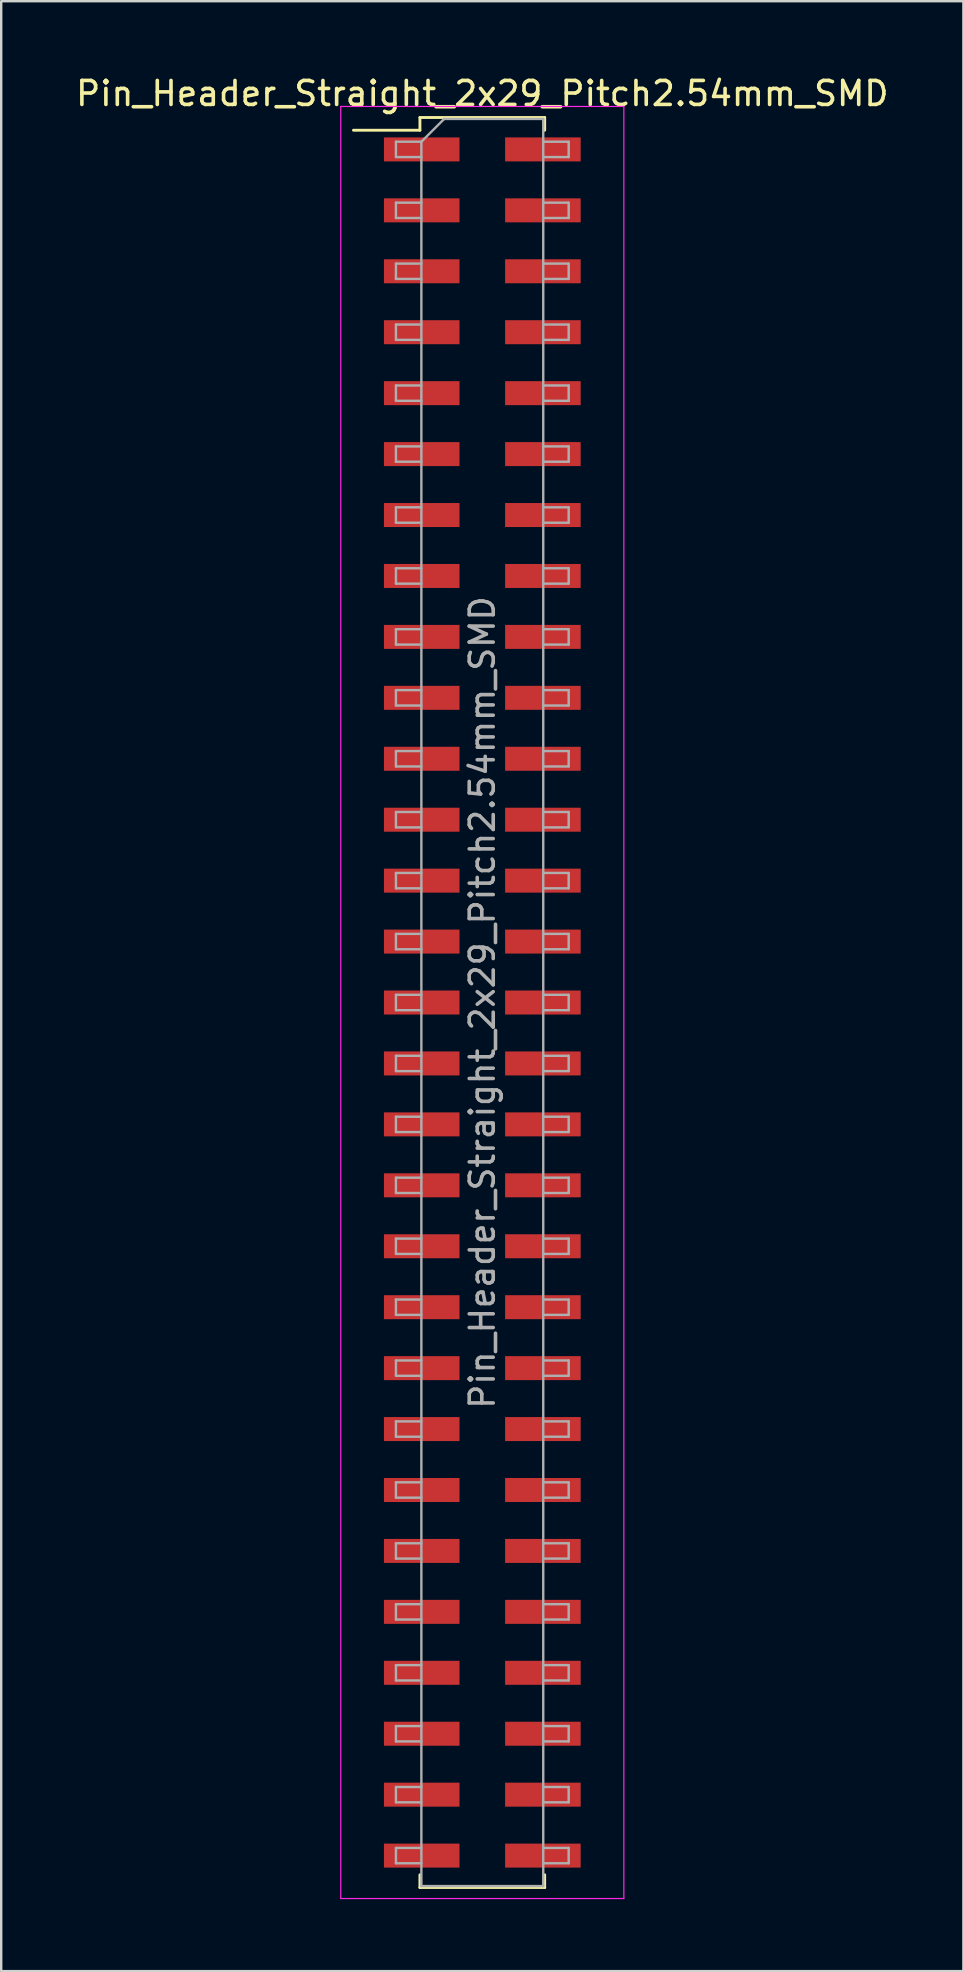
<source format=kicad_pcb>
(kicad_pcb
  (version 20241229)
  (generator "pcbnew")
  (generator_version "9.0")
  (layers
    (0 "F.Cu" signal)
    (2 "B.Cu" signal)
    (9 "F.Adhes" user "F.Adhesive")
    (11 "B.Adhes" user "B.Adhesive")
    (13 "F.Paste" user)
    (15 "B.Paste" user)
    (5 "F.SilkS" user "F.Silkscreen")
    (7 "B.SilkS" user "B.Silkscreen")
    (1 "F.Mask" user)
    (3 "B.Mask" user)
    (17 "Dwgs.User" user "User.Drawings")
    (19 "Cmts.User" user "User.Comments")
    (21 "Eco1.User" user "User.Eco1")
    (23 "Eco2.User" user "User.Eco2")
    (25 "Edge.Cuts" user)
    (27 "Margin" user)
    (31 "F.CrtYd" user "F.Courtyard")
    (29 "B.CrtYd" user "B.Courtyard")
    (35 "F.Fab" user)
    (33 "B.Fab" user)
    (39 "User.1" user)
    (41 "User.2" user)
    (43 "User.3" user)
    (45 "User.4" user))
  (footprint "Pin_Header_Straight_2x29_Pitch2.54mm_SMD"
    (layer "F.Cu")
    (at 17.054 38.738)
    (property "Reference" "Pin_Header_Straight_2x29_Pitch2.54mm_SMD" (at 0 -37.89 0) (layer "F.SilkS") (effects (font (size 1 1) (thickness 0.15))))
    (attr smd)
    (fp_line (start -5.37 -36.36) (end -2.6 -36.36) (stroke (width 0.12) (type solid)) (layer "F.SilkS"))
    (fp_line (start -2.6 -36.89) (end 2.6 -36.89) (stroke (width 0.12) (type solid)) (layer "F.SilkS"))
    (fp_line (start -2.6 -36.36) (end -2.6 -36.89) (stroke (width 0.12) (type solid)) (layer "F.SilkS"))
    (fp_line (start -2.6 36.36) (end -2.6 36.89) (stroke (width 0.12) (type solid)) (layer "F.SilkS"))
    (fp_line (start -2.6 36.89) (end 2.6 36.89) (stroke (width 0.12) (type solid)) (layer "F.SilkS"))
    (fp_line (start 2.6 -36.89) (end 2.6 -36.36) (stroke (width 0.12) (type solid)) (layer "F.SilkS"))
    (fp_line (start 2.6 36.89) (end 2.6 36.36) (stroke (width 0.12) (type solid)) (layer "F.SilkS"))
    (fp_line (start -5.9 -37.35) (end -5.9 37.35) (stroke (width 0.05) (type solid)) (layer "F.CrtYd"))
    (fp_line (start -5.9 37.35) (end 5.9 37.35) (stroke (width 0.05) (type solid)) (layer "F.CrtYd"))
    (fp_line (start 5.9 -37.35) (end -5.9 -37.35) (stroke (width 0.05) (type solid)) (layer "F.CrtYd"))
    (fp_line (start 5.9 37.35) (end 5.9 -37.35) (stroke (width 0.05) (type solid)) (layer "F.CrtYd"))
    (fp_line (start -3.6 -35.88) (end -3.6 -35.24) (stroke (width 0.1) (type solid)) (layer "F.Fab"))
    (fp_line (start -3.6 -35.24) (end -2.54 -35.24) (stroke (width 0.1) (type solid)) (layer "F.Fab"))
    (fp_line (start -3.6 -33.34) (end -3.6 -32.7) (stroke (width 0.1) (type solid)) (layer "F.Fab"))
    (fp_line (start -3.6 -32.7) (end -2.54 -32.7) (stroke (width 0.1) (type solid)) (layer "F.Fab"))
    (fp_line (start -3.6 -30.8) (end -3.6 -30.16) (stroke (width 0.1) (type solid)) (layer "F.Fab"))
    (fp_line (start -3.6 -30.16) (end -2.54 -30.16) (stroke (width 0.1) (type solid)) (layer "F.Fab"))
    (fp_line (start -3.6 -28.26) (end -3.6 -27.62) (stroke (width 0.1) (type solid)) (layer "F.Fab"))
    (fp_line (start -3.6 -27.62) (end -2.54 -27.62) (stroke (width 0.1) (type solid)) (layer "F.Fab"))
    (fp_line (start -3.6 -25.72) (end -3.6 -25.08) (stroke (width 0.1) (type solid)) (layer "F.Fab"))
    (fp_line (start -3.6 -25.08) (end -2.54 -25.08) (stroke (width 0.1) (type solid)) (layer "F.Fab"))
    (fp_line (start -3.6 -23.18) (end -3.6 -22.54) (stroke (width 0.1) (type solid)) (layer "F.Fab"))
    (fp_line (start -3.6 -22.54) (end -2.54 -22.54) (stroke (width 0.1) (type solid)) (layer "F.Fab"))
    (fp_line (start -3.6 -20.64) (end -3.6 -20) (stroke (width 0.1) (type solid)) (layer "F.Fab"))
    (fp_line (start -3.6 -20) (end -2.54 -20) (stroke (width 0.1) (type solid)) (layer "F.Fab"))
    (fp_line (start -3.6 -18.1) (end -3.6 -17.46) (stroke (width 0.1) (type solid)) (layer "F.Fab"))
    (fp_line (start -3.6 -17.46) (end -2.54 -17.46) (stroke (width 0.1) (type solid)) (layer "F.Fab"))
    (fp_line (start -3.6 -15.56) (end -3.6 -14.92) (stroke (width 0.1) (type solid)) (layer "F.Fab"))
    (fp_line (start -3.6 -14.92) (end -2.54 -14.92) (stroke (width 0.1) (type solid)) (layer "F.Fab"))
    (fp_line (start -3.6 -13.02) (end -3.6 -12.38) (stroke (width 0.1) (type solid)) (layer "F.Fab"))
    (fp_line (start -3.6 -12.38) (end -2.54 -12.38) (stroke (width 0.1) (type solid)) (layer "F.Fab"))
    (fp_line (start -3.6 -10.48) (end -3.6 -9.84) (stroke (width 0.1) (type solid)) (layer "F.Fab"))
    (fp_line (start -3.6 -9.84) (end -2.54 -9.84) (stroke (width 0.1) (type solid)) (layer "F.Fab"))
    (fp_line (start -3.6 -7.94) (end -3.6 -7.3) (stroke (width 0.1) (type solid)) (layer "F.Fab"))
    (fp_line (start -3.6 -7.3) (end -2.54 -7.3) (stroke (width 0.1) (type solid)) (layer "F.Fab"))
    (fp_line (start -3.6 -5.4) (end -3.6 -4.76) (stroke (width 0.1) (type solid)) (layer "F.Fab"))
    (fp_line (start -3.6 -4.76) (end -2.54 -4.76) (stroke (width 0.1) (type solid)) (layer "F.Fab"))
    (fp_line (start -3.6 -2.86) (end -3.6 -2.22) (stroke (width 0.1) (type solid)) (layer "F.Fab"))
    (fp_line (start -3.6 -2.22) (end -2.54 -2.22) (stroke (width 0.1) (type solid)) (layer "F.Fab"))
    (fp_line (start -3.6 -0.32) (end -3.6 0.32) (stroke (width 0.1) (type solid)) (layer "F.Fab"))
    (fp_line (start -3.6 0.32) (end -2.54 0.32) (stroke (width 0.1) (type solid)) (layer "F.Fab"))
    (fp_line (start -3.6 2.22) (end -3.6 2.86) (stroke (width 0.1) (type solid)) (layer "F.Fab"))
    (fp_line (start -3.6 2.86) (end -2.54 2.86) (stroke (width 0.1) (type solid)) (layer "F.Fab"))
    (fp_line (start -3.6 4.76) (end -3.6 5.4) (stroke (width 0.1) (type solid)) (layer "F.Fab"))
    (fp_line (start -3.6 5.4) (end -2.54 5.4) (stroke (width 0.1) (type solid)) (layer "F.Fab"))
    (fp_line (start -3.6 7.3) (end -3.6 7.94) (stroke (width 0.1) (type solid)) (layer "F.Fab"))
    (fp_line (start -3.6 7.94) (end -2.54 7.94) (stroke (width 0.1) (type solid)) (layer "F.Fab"))
    (fp_line (start -3.6 9.84) (end -3.6 10.48) (stroke (width 0.1) (type solid)) (layer "F.Fab"))
    (fp_line (start -3.6 10.48) (end -2.54 10.48) (stroke (width 0.1) (type solid)) (layer "F.Fab"))
    (fp_line (start -3.6 12.38) (end -3.6 13.02) (stroke (width 0.1) (type solid)) (layer "F.Fab"))
    (fp_line (start -3.6 13.02) (end -2.54 13.02) (stroke (width 0.1) (type solid)) (layer "F.Fab"))
    (fp_line (start -3.6 14.92) (end -3.6 15.56) (stroke (width 0.1) (type solid)) (layer "F.Fab"))
    (fp_line (start -3.6 15.56) (end -2.54 15.56) (stroke (width 0.1) (type solid)) (layer "F.Fab"))
    (fp_line (start -3.6 17.46) (end -3.6 18.1) (stroke (width 0.1) (type solid)) (layer "F.Fab"))
    (fp_line (start -3.6 18.1) (end -2.54 18.1) (stroke (width 0.1) (type solid)) (layer "F.Fab"))
    (fp_line (start -3.6 20) (end -3.6 20.64) (stroke (width 0.1) (type solid)) (layer "F.Fab"))
    (fp_line (start -3.6 20.64) (end -2.54 20.64) (stroke (width 0.1) (type solid)) (layer "F.Fab"))
    (fp_line (start -3.6 22.54) (end -3.6 23.18) (stroke (width 0.1) (type solid)) (layer "F.Fab"))
    (fp_line (start -3.6 23.18) (end -2.54 23.18) (stroke (width 0.1) (type solid)) (layer "F.Fab"))
    (fp_line (start -3.6 25.08) (end -3.6 25.72) (stroke (width 0.1) (type solid)) (layer "F.Fab"))
    (fp_line (start -3.6 25.72) (end -2.54 25.72) (stroke (width 0.1) (type solid)) (layer "F.Fab"))
    (fp_line (start -3.6 27.62) (end -3.6 28.26) (stroke (width 0.1) (type solid)) (layer "F.Fab"))
    (fp_line (start -3.6 28.26) (end -2.54 28.26) (stroke (width 0.1) (type solid)) (layer "F.Fab"))
    (fp_line (start -3.6 30.16) (end -3.6 30.8) (stroke (width 0.1) (type solid)) (layer "F.Fab"))
    (fp_line (start -3.6 30.8) (end -2.54 30.8) (stroke (width 0.1) (type solid)) (layer "F.Fab"))
    (fp_line (start -3.6 32.7) (end -3.6 33.34) (stroke (width 0.1) (type solid)) (layer "F.Fab"))
    (fp_line (start -3.6 33.34) (end -2.54 33.34) (stroke (width 0.1) (type solid)) (layer "F.Fab"))
    (fp_line (start -3.6 35.24) (end -3.6 35.88) (stroke (width 0.1) (type solid)) (layer "F.Fab"))
    (fp_line (start -3.6 35.88) (end -2.54 35.88) (stroke (width 0.1) (type solid)) (layer "F.Fab"))
    (fp_line (start -2.54 -35.88) (end -3.6 -35.88) (stroke (width 0.1) (type solid)) (layer "F.Fab"))
    (fp_line (start -2.54 -35.88) (end -1.59 -36.83) (stroke (width 0.1) (type solid)) (layer "F.Fab"))
    (fp_line (start -2.54 -33.34) (end -3.6 -33.34) (stroke (width 0.1) (type solid)) (layer "F.Fab"))
    (fp_line (start -2.54 -30.8) (end -3.6 -30.8) (stroke (width 0.1) (type solid)) (layer "F.Fab"))
    (fp_line (start -2.54 -28.26) (end -3.6 -28.26) (stroke (width 0.1) (type solid)) (layer "F.Fab"))
    (fp_line (start -2.54 -25.72) (end -3.6 -25.72) (stroke (width 0.1) (type solid)) (layer "F.Fab"))
    (fp_line (start -2.54 -23.18) (end -3.6 -23.18) (stroke (width 0.1) (type solid)) (layer "F.Fab"))
    (fp_line (start -2.54 -20.64) (end -3.6 -20.64) (stroke (width 0.1) (type solid)) (layer "F.Fab"))
    (fp_line (start -2.54 -18.1) (end -3.6 -18.1) (stroke (width 0.1) (type solid)) (layer "F.Fab"))
    (fp_line (start -2.54 -15.56) (end -3.6 -15.56) (stroke (width 0.1) (type solid)) (layer "F.Fab"))
    (fp_line (start -2.54 -13.02) (end -3.6 -13.02) (stroke (width 0.1) (type solid)) (layer "F.Fab"))
    (fp_line (start -2.54 -10.48) (end -3.6 -10.48) (stroke (width 0.1) (type solid)) (layer "F.Fab"))
    (fp_line (start -2.54 -7.94) (end -3.6 -7.94) (stroke (width 0.1) (type solid)) (layer "F.Fab"))
    (fp_line (start -2.54 -5.4) (end -3.6 -5.4) (stroke (width 0.1) (type solid)) (layer "F.Fab"))
    (fp_line (start -2.54 -2.86) (end -3.6 -2.86) (stroke (width 0.1) (type solid)) (layer "F.Fab"))
    (fp_line (start -2.54 -0.32) (end -3.6 -0.32) (stroke (width 0.1) (type solid)) (layer "F.Fab"))
    (fp_line (start -2.54 2.22) (end -3.6 2.22) (stroke (width 0.1) (type solid)) (layer "F.Fab"))
    (fp_line (start -2.54 4.76) (end -3.6 4.76) (stroke (width 0.1) (type solid)) (layer "F.Fab"))
    (fp_line (start -2.54 7.3) (end -3.6 7.3) (stroke (width 0.1) (type solid)) (layer "F.Fab"))
    (fp_line (start -2.54 9.84) (end -3.6 9.84) (stroke (width 0.1) (type solid)) (layer "F.Fab"))
    (fp_line (start -2.54 12.38) (end -3.6 12.38) (stroke (width 0.1) (type solid)) (layer "F.Fab"))
    (fp_line (start -2.54 14.92) (end -3.6 14.92) (stroke (width 0.1) (type solid)) (layer "F.Fab"))
    (fp_line (start -2.54 17.46) (end -3.6 17.46) (stroke (width 0.1) (type solid)) (layer "F.Fab"))
    (fp_line (start -2.54 20) (end -3.6 20) (stroke (width 0.1) (type solid)) (layer "F.Fab"))
    (fp_line (start -2.54 22.54) (end -3.6 22.54) (stroke (width 0.1) (type solid)) (layer "F.Fab"))
    (fp_line (start -2.54 25.08) (end -3.6 25.08) (stroke (width 0.1) (type solid)) (layer "F.Fab"))
    (fp_line (start -2.54 27.62) (end -3.6 27.62) (stroke (width 0.1) (type solid)) (layer "F.Fab"))
    (fp_line (start -2.54 30.16) (end -3.6 30.16) (stroke (width 0.1) (type solid)) (layer "F.Fab"))
    (fp_line (start -2.54 32.7) (end -3.6 32.7) (stroke (width 0.1) (type solid)) (layer "F.Fab"))
    (fp_line (start -2.54 35.24) (end -3.6 35.24) (stroke (width 0.1) (type solid)) (layer "F.Fab"))
    (fp_line (start -2.54 36.83) (end -2.54 -35.88) (stroke (width 0.1) (type solid)) (layer "F.Fab"))
    (fp_line (start -1.59 -36.83) (end 2.54 -36.83) (stroke (width 0.1) (type solid)) (layer "F.Fab"))
    (fp_line (start 2.54 -36.83) (end 2.54 36.83) (stroke (width 0.1) (type solid)) (layer "F.Fab"))
    (fp_line (start 2.54 -35.88) (end 3.6 -35.88) (stroke (width 0.1) (type solid)) (layer "F.Fab"))
    (fp_line (start 2.54 -33.34) (end 3.6 -33.34) (stroke (width 0.1) (type solid)) (layer "F.Fab"))
    (fp_line (start 2.54 -30.8) (end 3.6 -30.8) (stroke (width 0.1) (type solid)) (layer "F.Fab"))
    (fp_line (start 2.54 -28.26) (end 3.6 -28.26) (stroke (width 0.1) (type solid)) (layer "F.Fab"))
    (fp_line (start 2.54 -25.72) (end 3.6 -25.72) (stroke (width 0.1) (type solid)) (layer "F.Fab"))
    (fp_line (start 2.54 -23.18) (end 3.6 -23.18) (stroke (width 0.1) (type solid)) (layer "F.Fab"))
    (fp_line (start 2.54 -20.64) (end 3.6 -20.64) (stroke (width 0.1) (type solid)) (layer "F.Fab"))
    (fp_line (start 2.54 -18.1) (end 3.6 -18.1) (stroke (width 0.1) (type solid)) (layer "F.Fab"))
    (fp_line (start 2.54 -15.56) (end 3.6 -15.56) (stroke (width 0.1) (type solid)) (layer "F.Fab"))
    (fp_line (start 2.54 -13.02) (end 3.6 -13.02) (stroke (width 0.1) (type solid)) (layer "F.Fab"))
    (fp_line (start 2.54 -10.48) (end 3.6 -10.48) (stroke (width 0.1) (type solid)) (layer "F.Fab"))
    (fp_line (start 2.54 -7.94) (end 3.6 -7.94) (stroke (width 0.1) (type solid)) (layer "F.Fab"))
    (fp_line (start 2.54 -5.4) (end 3.6 -5.4) (stroke (width 0.1) (type solid)) (layer "F.Fab"))
    (fp_line (start 2.54 -2.86) (end 3.6 -2.86) (stroke (width 0.1) (type solid)) (layer "F.Fab"))
    (fp_line (start 2.54 -0.32) (end 3.6 -0.32) (stroke (width 0.1) (type solid)) (layer "F.Fab"))
    (fp_line (start 2.54 2.22) (end 3.6 2.22) (stroke (width 0.1) (type solid)) (layer "F.Fab"))
    (fp_line (start 2.54 4.76) (end 3.6 4.76) (stroke (width 0.1) (type solid)) (layer "F.Fab"))
    (fp_line (start 2.54 7.3) (end 3.6 7.3) (stroke (width 0.1) (type solid)) (layer "F.Fab"))
    (fp_line (start 2.54 9.84) (end 3.6 9.84) (stroke (width 0.1) (type solid)) (layer "F.Fab"))
    (fp_line (start 2.54 12.38) (end 3.6 12.38) (stroke (width 0.1) (type solid)) (layer "F.Fab"))
    (fp_line (start 2.54 14.92) (end 3.6 14.92) (stroke (width 0.1) (type solid)) (layer "F.Fab"))
    (fp_line (start 2.54 17.46) (end 3.6 17.46) (stroke (width 0.1) (type solid)) (layer "F.Fab"))
    (fp_line (start 2.54 20) (end 3.6 20) (stroke (width 0.1) (type solid)) (layer "F.Fab"))
    (fp_line (start 2.54 22.54) (end 3.6 22.54) (stroke (width 0.1) (type solid)) (layer "F.Fab"))
    (fp_line (start 2.54 25.08) (end 3.6 25.08) (stroke (width 0.1) (type solid)) (layer "F.Fab"))
    (fp_line (start 2.54 27.62) (end 3.6 27.62) (stroke (width 0.1) (type solid)) (layer "F.Fab"))
    (fp_line (start 2.54 30.16) (end 3.6 30.16) (stroke (width 0.1) (type solid)) (layer "F.Fab"))
    (fp_line (start 2.54 32.7) (end 3.6 32.7) (stroke (width 0.1) (type solid)) (layer "F.Fab"))
    (fp_line (start 2.54 35.24) (end 3.6 35.24) (stroke (width 0.1) (type solid)) (layer "F.Fab"))
    (fp_line (start 2.54 36.83) (end -2.54 36.83) (stroke (width 0.1) (type solid)) (layer "F.Fab"))
    (fp_line (start 3.6 -35.88) (end 3.6 -35.24) (stroke (width 0.1) (type solid)) (layer "F.Fab"))
    (fp_line (start 3.6 -35.24) (end 2.54 -35.24) (stroke (width 0.1) (type solid)) (layer "F.Fab"))
    (fp_line (start 3.6 -33.34) (end 3.6 -32.7) (stroke (width 0.1) (type solid)) (layer "F.Fab"))
    (fp_line (start 3.6 -32.7) (end 2.54 -32.7) (stroke (width 0.1) (type solid)) (layer "F.Fab"))
    (fp_line (start 3.6 -30.8) (end 3.6 -30.16) (stroke (width 0.1) (type solid)) (layer "F.Fab"))
    (fp_line (start 3.6 -30.16) (end 2.54 -30.16) (stroke (width 0.1) (type solid)) (layer "F.Fab"))
    (fp_line (start 3.6 -28.26) (end 3.6 -27.62) (stroke (width 0.1) (type solid)) (layer "F.Fab"))
    (fp_line (start 3.6 -27.62) (end 2.54 -27.62) (stroke (width 0.1) (type solid)) (layer "F.Fab"))
    (fp_line (start 3.6 -25.72) (end 3.6 -25.08) (stroke (width 0.1) (type solid)) (layer "F.Fab"))
    (fp_line (start 3.6 -25.08) (end 2.54 -25.08) (stroke (width 0.1) (type solid)) (layer "F.Fab"))
    (fp_line (start 3.6 -23.18) (end 3.6 -22.54) (stroke (width 0.1) (type solid)) (layer "F.Fab"))
    (fp_line (start 3.6 -22.54) (end 2.54 -22.54) (stroke (width 0.1) (type solid)) (layer "F.Fab"))
    (fp_line (start 3.6 -20.64) (end 3.6 -20) (stroke (width 0.1) (type solid)) (layer "F.Fab"))
    (fp_line (start 3.6 -20) (end 2.54 -20) (stroke (width 0.1) (type solid)) (layer "F.Fab"))
    (fp_line (start 3.6 -18.1) (end 3.6 -17.46) (stroke (width 0.1) (type solid)) (layer "F.Fab"))
    (fp_line (start 3.6 -17.46) (end 2.54 -17.46) (stroke (width 0.1) (type solid)) (layer "F.Fab"))
    (fp_line (start 3.6 -15.56) (end 3.6 -14.92) (stroke (width 0.1) (type solid)) (layer "F.Fab"))
    (fp_line (start 3.6 -14.92) (end 2.54 -14.92) (stroke (width 0.1) (type solid)) (layer "F.Fab"))
    (fp_line (start 3.6 -13.02) (end 3.6 -12.38) (stroke (width 0.1) (type solid)) (layer "F.Fab"))
    (fp_line (start 3.6 -12.38) (end 2.54 -12.38) (stroke (width 0.1) (type solid)) (layer "F.Fab"))
    (fp_line (start 3.6 -10.48) (end 3.6 -9.84) (stroke (width 0.1) (type solid)) (layer "F.Fab"))
    (fp_line (start 3.6 -9.84) (end 2.54 -9.84) (stroke (width 0.1) (type solid)) (layer "F.Fab"))
    (fp_line (start 3.6 -7.94) (end 3.6 -7.3) (stroke (width 0.1) (type solid)) (layer "F.Fab"))
    (fp_line (start 3.6 -7.3) (end 2.54 -7.3) (stroke (width 0.1) (type solid)) (layer "F.Fab"))
    (fp_line (start 3.6 -5.4) (end 3.6 -4.76) (stroke (width 0.1) (type solid)) (layer "F.Fab"))
    (fp_line (start 3.6 -4.76) (end 2.54 -4.76) (stroke (width 0.1) (type solid)) (layer "F.Fab"))
    (fp_line (start 3.6 -2.86) (end 3.6 -2.22) (stroke (width 0.1) (type solid)) (layer "F.Fab"))
    (fp_line (start 3.6 -2.22) (end 2.54 -2.22) (stroke (width 0.1) (type solid)) (layer "F.Fab"))
    (fp_line (start 3.6 -0.32) (end 3.6 0.32) (stroke (width 0.1) (type solid)) (layer "F.Fab"))
    (fp_line (start 3.6 0.32) (end 2.54 0.32) (stroke (width 0.1) (type solid)) (layer "F.Fab"))
    (fp_line (start 3.6 2.22) (end 3.6 2.86) (stroke (width 0.1) (type solid)) (layer "F.Fab"))
    (fp_line (start 3.6 2.86) (end 2.54 2.86) (stroke (width 0.1) (type solid)) (layer "F.Fab"))
    (fp_line (start 3.6 4.76) (end 3.6 5.4) (stroke (width 0.1) (type solid)) (layer "F.Fab"))
    (fp_line (start 3.6 5.4) (end 2.54 5.4) (stroke (width 0.1) (type solid)) (layer "F.Fab"))
    (fp_line (start 3.6 7.3) (end 3.6 7.94) (stroke (width 0.1) (type solid)) (layer "F.Fab"))
    (fp_line (start 3.6 7.94) (end 2.54 7.94) (stroke (width 0.1) (type solid)) (layer "F.Fab"))
    (fp_line (start 3.6 9.84) (end 3.6 10.48) (stroke (width 0.1) (type solid)) (layer "F.Fab"))
    (fp_line (start 3.6 10.48) (end 2.54 10.48) (stroke (width 0.1) (type solid)) (layer "F.Fab"))
    (fp_line (start 3.6 12.38) (end 3.6 13.02) (stroke (width 0.1) (type solid)) (layer "F.Fab"))
    (fp_line (start 3.6 13.02) (end 2.54 13.02) (stroke (width 0.1) (type solid)) (layer "F.Fab"))
    (fp_line (start 3.6 14.92) (end 3.6 15.56) (stroke (width 0.1) (type solid)) (layer "F.Fab"))
    (fp_line (start 3.6 15.56) (end 2.54 15.56) (stroke (width 0.1) (type solid)) (layer "F.Fab"))
    (fp_line (start 3.6 17.46) (end 3.6 18.1) (stroke (width 0.1) (type solid)) (layer "F.Fab"))
    (fp_line (start 3.6 18.1) (end 2.54 18.1) (stroke (width 0.1) (type solid)) (layer "F.Fab"))
    (fp_line (start 3.6 20) (end 3.6 20.64) (stroke (width 0.1) (type solid)) (layer "F.Fab"))
    (fp_line (start 3.6 20.64) (end 2.54 20.64) (stroke (width 0.1) (type solid)) (layer "F.Fab"))
    (fp_line (start 3.6 22.54) (end 3.6 23.18) (stroke (width 0.1) (type solid)) (layer "F.Fab"))
    (fp_line (start 3.6 23.18) (end 2.54 23.18) (stroke (width 0.1) (type solid)) (layer "F.Fab"))
    (fp_line (start 3.6 25.08) (end 3.6 25.72) (stroke (width 0.1) (type solid)) (layer "F.Fab"))
    (fp_line (start 3.6 25.72) (end 2.54 25.72) (stroke (width 0.1) (type solid)) (layer "F.Fab"))
    (fp_line (start 3.6 27.62) (end 3.6 28.26) (stroke (width 0.1) (type solid)) (layer "F.Fab"))
    (fp_line (start 3.6 28.26) (end 2.54 28.26) (stroke (width 0.1) (type solid)) (layer "F.Fab"))
    (fp_line (start 3.6 30.16) (end 3.6 30.8) (stroke (width 0.1) (type solid)) (layer "F.Fab"))
    (fp_line (start 3.6 30.8) (end 2.54 30.8) (stroke (width 0.1) (type solid)) (layer "F.Fab"))
    (fp_line (start 3.6 32.7) (end 3.6 33.34) (stroke (width 0.1) (type solid)) (layer "F.Fab"))
    (fp_line (start 3.6 33.34) (end 2.54 33.34) (stroke (width 0.1) (type solid)) (layer "F.Fab"))
    (fp_line (start 3.6 35.24) (end 3.6 35.88) (stroke (width 0.1) (type solid)) (layer "F.Fab"))
    (fp_line (start 3.6 35.88) (end 2.54 35.88) (stroke (width 0.1) (type solid)) (layer "F.Fab"))
    (fp_text user "${REFERENCE}" (at 0 0 90) (layer "F.Fab") (effects (font (size 1 1) (thickness 0.15))))
    (pad "1" smd rect (at -2.525 -35.56) (size 3.15 1) (layers "F.Cu" "F.Mask" "F.Paste"))
    (pad "2" smd rect (at 2.525 -35.56) (size 3.15 1) (layers "F.Cu" "F.Mask" "F.Paste"))
    (pad "3" smd rect (at -2.525 -33.02) (size 3.15 1) (layers "F.Cu" "F.Mask" "F.Paste"))
    (pad "4" smd rect (at 2.525 -33.02) (size 3.15 1) (layers "F.Cu" "F.Mask" "F.Paste"))
    (pad "5" smd rect (at -2.525 -30.48) (size 3.15 1) (layers "F.Cu" "F.Mask" "F.Paste"))
    (pad "6" smd rect (at 2.525 -30.48) (size 3.15 1) (layers "F.Cu" "F.Mask" "F.Paste"))
    (pad "7" smd rect (at -2.525 -27.94) (size 3.15 1) (layers "F.Cu" "F.Mask" "F.Paste"))
    (pad "8" smd rect (at 2.525 -27.94) (size 3.15 1) (layers "F.Cu" "F.Mask" "F.Paste"))
    (pad "9" smd rect (at -2.525 -25.4) (size 3.15 1) (layers "F.Cu" "F.Mask" "F.Paste"))
    (pad "10" smd rect (at 2.525 -25.4) (size 3.15 1) (layers "F.Cu" "F.Mask" "F.Paste"))
    (pad "11" smd rect (at -2.525 -22.86) (size 3.15 1) (layers "F.Cu" "F.Mask" "F.Paste"))
    (pad "12" smd rect (at 2.525 -22.86) (size 3.15 1) (layers "F.Cu" "F.Mask" "F.Paste"))
    (pad "13" smd rect (at -2.525 -20.32) (size 3.15 1) (layers "F.Cu" "F.Mask" "F.Paste"))
    (pad "14" smd rect (at 2.525 -20.32) (size 3.15 1) (layers "F.Cu" "F.Mask" "F.Paste"))
    (pad "15" smd rect (at -2.525 -17.78) (size 3.15 1) (layers "F.Cu" "F.Mask" "F.Paste"))
    (pad "16" smd rect (at 2.525 -17.78) (size 3.15 1) (layers "F.Cu" "F.Mask" "F.Paste"))
    (pad "17" smd rect (at -2.525 -15.24) (size 3.15 1) (layers "F.Cu" "F.Mask" "F.Paste"))
    (pad "18" smd rect (at 2.525 -15.24) (size 3.15 1) (layers "F.Cu" "F.Mask" "F.Paste"))
    (pad "19" smd rect (at -2.525 -12.7) (size 3.15 1) (layers "F.Cu" "F.Mask" "F.Paste"))
    (pad "20" smd rect (at 2.525 -12.7) (size 3.15 1) (layers "F.Cu" "F.Mask" "F.Paste"))
    (pad "21" smd rect (at -2.525 -10.16) (size 3.15 1) (layers "F.Cu" "F.Mask" "F.Paste"))
    (pad "22" smd rect (at 2.525 -10.16) (size 3.15 1) (layers "F.Cu" "F.Mask" "F.Paste"))
    (pad "23" smd rect (at -2.525 -7.62) (size 3.15 1) (layers "F.Cu" "F.Mask" "F.Paste"))
    (pad "24" smd rect (at 2.525 -7.62) (size 3.15 1) (layers "F.Cu" "F.Mask" "F.Paste"))
    (pad "25" smd rect (at -2.525 -5.08) (size 3.15 1) (layers "F.Cu" "F.Mask" "F.Paste"))
    (pad "26" smd rect (at 2.525 -5.08) (size 3.15 1) (layers "F.Cu" "F.Mask" "F.Paste"))
    (pad "27" smd rect (at -2.525 -2.54) (size 3.15 1) (layers "F.Cu" "F.Mask" "F.Paste"))
    (pad "28" smd rect (at 2.525 -2.54) (size 3.15 1) (layers "F.Cu" "F.Mask" "F.Paste"))
    (pad "29" smd rect (at -2.525 0) (size 3.15 1) (layers "F.Cu" "F.Mask" "F.Paste"))
    (pad "30" smd rect (at 2.525 0) (size 3.15 1) (layers "F.Cu" "F.Mask" "F.Paste"))
    (pad "31" smd rect (at -2.525 2.54) (size 3.15 1) (layers "F.Cu" "F.Mask" "F.Paste"))
    (pad "32" smd rect (at 2.525 2.54) (size 3.15 1) (layers "F.Cu" "F.Mask" "F.Paste"))
    (pad "33" smd rect (at -2.525 5.08) (size 3.15 1) (layers "F.Cu" "F.Mask" "F.Paste"))
    (pad "34" smd rect (at 2.525 5.08) (size 3.15 1) (layers "F.Cu" "F.Mask" "F.Paste"))
    (pad "35" smd rect (at -2.525 7.62) (size 3.15 1) (layers "F.Cu" "F.Mask" "F.Paste"))
    (pad "36" smd rect (at 2.525 7.62) (size 3.15 1) (layers "F.Cu" "F.Mask" "F.Paste"))
    (pad "37" smd rect (at -2.525 10.16) (size 3.15 1) (layers "F.Cu" "F.Mask" "F.Paste"))
    (pad "38" smd rect (at 2.525 10.16) (size 3.15 1) (layers "F.Cu" "F.Mask" "F.Paste"))
    (pad "39" smd rect (at -2.525 12.7) (size 3.15 1) (layers "F.Cu" "F.Mask" "F.Paste"))
    (pad "40" smd rect (at 2.525 12.7) (size 3.15 1) (layers "F.Cu" "F.Mask" "F.Paste"))
    (pad "41" smd rect (at -2.525 15.24) (size 3.15 1) (layers "F.Cu" "F.Mask" "F.Paste"))
    (pad "42" smd rect (at 2.525 15.24) (size 3.15 1) (layers "F.Cu" "F.Mask" "F.Paste"))
    (pad "43" smd rect (at -2.525 17.78) (size 3.15 1) (layers "F.Cu" "F.Mask" "F.Paste"))
    (pad "44" smd rect (at 2.525 17.78) (size 3.15 1) (layers "F.Cu" "F.Mask" "F.Paste"))
    (pad "45" smd rect (at -2.525 20.32) (size 3.15 1) (layers "F.Cu" "F.Mask" "F.Paste"))
    (pad "46" smd rect (at 2.525 20.32) (size 3.15 1) (layers "F.Cu" "F.Mask" "F.Paste"))
    (pad "47" smd rect (at -2.525 22.86) (size 3.15 1) (layers "F.Cu" "F.Mask" "F.Paste"))
    (pad "48" smd rect (at 2.525 22.86) (size 3.15 1) (layers "F.Cu" "F.Mask" "F.Paste"))
    (pad "49" smd rect (at -2.525 25.4) (size 3.15 1) (layers "F.Cu" "F.Mask" "F.Paste"))
    (pad "50" smd rect (at 2.525 25.4) (size 3.15 1) (layers "F.Cu" "F.Mask" "F.Paste"))
    (pad "51" smd rect (at -2.525 27.94) (size 3.15 1) (layers "F.Cu" "F.Mask" "F.Paste"))
    (pad "52" smd rect (at 2.525 27.94) (size 3.15 1) (layers "F.Cu" "F.Mask" "F.Paste"))
    (pad "53" smd rect (at -2.525 30.48) (size 3.15 1) (layers "F.Cu" "F.Mask" "F.Paste"))
    (pad "54" smd rect (at 2.525 30.48) (size 3.15 1) (layers "F.Cu" "F.Mask" "F.Paste"))
    (pad "55" smd rect (at -2.525 33.02) (size 3.15 1) (layers "F.Cu" "F.Mask" "F.Paste"))
    (pad "56" smd rect (at 2.525 33.02) (size 3.15 1) (layers "F.Cu" "F.Mask" "F.Paste"))
    (pad "57" smd rect (at -2.525 35.56) (size 3.15 1) (layers "F.Cu" "F.Mask" "F.Paste"))
    (pad "58" smd rect (at 2.525 35.56) (size 3.15 1) (layers "F.Cu" "F.Mask" "F.Paste")))
  (gr_rect
    (start -3 -3)
    (end 37.107 79.113)
    (stroke (width 0.1) (type default))
    (fill no)
    (layer "Edge.Cuts")))
</source>
